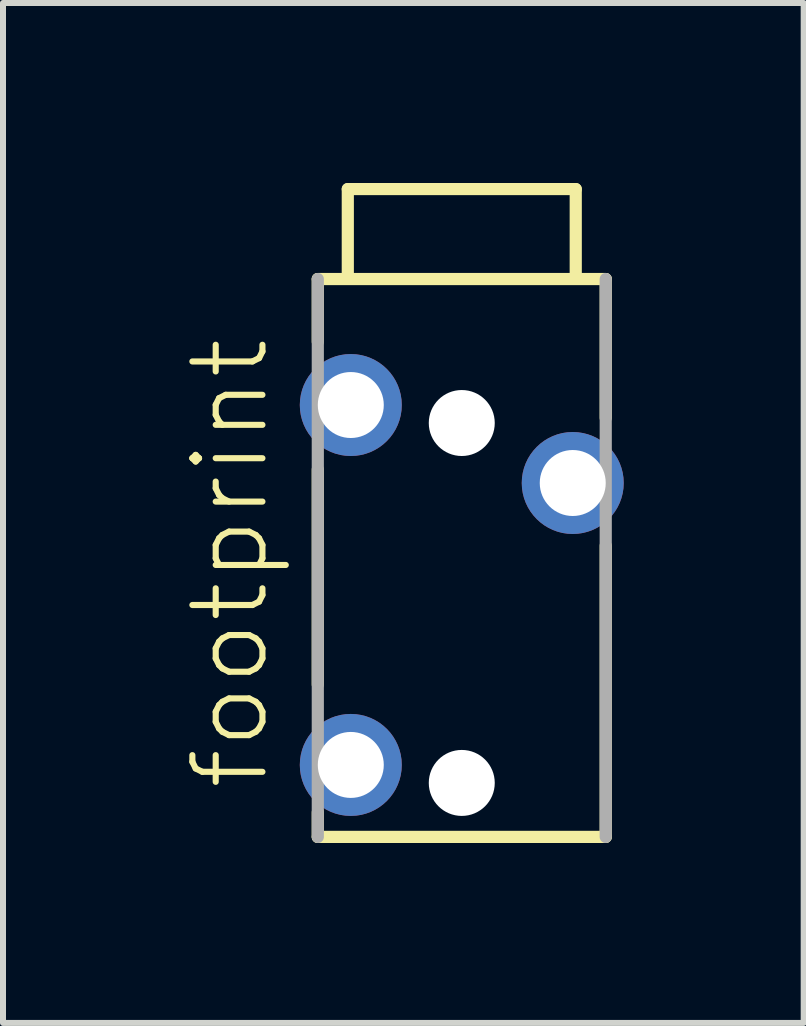
<source format=kicad_pcb>
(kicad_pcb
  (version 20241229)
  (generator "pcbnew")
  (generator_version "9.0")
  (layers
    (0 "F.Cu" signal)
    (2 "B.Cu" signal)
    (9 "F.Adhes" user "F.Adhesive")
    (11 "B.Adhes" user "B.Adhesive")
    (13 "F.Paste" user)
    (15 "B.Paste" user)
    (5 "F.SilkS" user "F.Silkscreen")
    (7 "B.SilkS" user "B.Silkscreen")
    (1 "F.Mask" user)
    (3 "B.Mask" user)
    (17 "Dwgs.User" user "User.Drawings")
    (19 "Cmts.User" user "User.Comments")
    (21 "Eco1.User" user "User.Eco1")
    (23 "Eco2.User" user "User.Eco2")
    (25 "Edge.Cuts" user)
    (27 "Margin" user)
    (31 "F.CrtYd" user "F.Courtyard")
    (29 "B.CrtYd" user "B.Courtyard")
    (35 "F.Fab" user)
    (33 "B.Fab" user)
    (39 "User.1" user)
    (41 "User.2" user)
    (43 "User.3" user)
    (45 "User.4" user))
  (footprint "footprint"
    (layer "F.Cu")
    (at 4.648 4.002)
    (property "Reference" "footprint" (at -3.175 6.16 90) (layer "F.SilkS") (effects (font (size 1.168 1.168) (thickness 0.102)) (justify left bottom)))
    (fp_line (start -2.4 -2.4) (end 2.4 -2.4) (stroke (width 0.203) (type solid)) (layer "F.SilkS"))
    (fp_line (start -2.4 -1.355) (end -2.4 -2.4) (stroke (width 0.203) (type solid)) (layer "F.SilkS"))
    (fp_line (start -2.4 4.36) (end -2.4 0.775) (stroke (width 0.203) (type solid)) (layer "F.SilkS"))
    (fp_line (start -2.4 6.9) (end -2.4 6.49) (stroke (width 0.203) (type solid)) (layer "F.SilkS"))
    (fp_line (start -1.9 -3.9) (end -1.9 -2.5) (stroke (width 0.203) (type solid)) (layer "F.SilkS"))
    (fp_line (start -1.9 -3.9) (end 1.9 -3.9) (stroke (width 0.203) (type solid)) (layer "F.SilkS"))
    (fp_line (start 1.9 -3.9) (end 1.9 -2.5) (stroke (width 0.203) (type solid)) (layer "F.SilkS"))
    (fp_line (start 2.4 -2.4) (end 2.4 -0.085) (stroke (width 0.203) (type solid)) (layer "F.SilkS"))
    (fp_line (start 2.4 2.045) (end 2.4 6.9) (stroke (width 0.203) (type solid)) (layer "F.SilkS"))
    (fp_line (start 2.4 6.9) (end -2.4 6.9) (stroke (width 0.203) (type solid)) (layer "F.SilkS"))
    (fp_line (start -2.4 6.9) (end -2.4 -2.4) (stroke (width 0.203) (type solid)) (layer "F.Fab"))
    (fp_line (start 2.4 -2.4) (end 2.4 6.9) (stroke (width 0.203) (type solid)) (layer "F.Fab"))
    (pad "" np_thru_hole circle (at 0 0) (size 1.1 1.1) (drill 1.1) (layers "*.Cu" "*.Mask"))
    (pad "" np_thru_hole circle (at 0 6) (size 1.1 1.1) (drill 1.1) (layers "*.Cu" "*.Mask"))
    (pad "1" thru_hole circle (at -1.85 -0.3) (size 1.7 1.7) (drill 1.1) (layers "*.Cu" "*.Mask"))
    (pad "2" thru_hole circle (at 1.85 1) (size 1.7 1.7) (drill 1.1) (layers "*.Cu" "*.Mask"))
    (pad "3" thru_hole circle (at -1.85 5.7) (size 1.7 1.7) (drill 1.1) (layers "*.Cu" "*.Mask")))
  (gr_rect
    (start -3 -3)
    (end 10.348 14.003)
    (stroke (width 0.1) (type default))
    (fill no)
    (layer "Edge.Cuts")))
</source>
